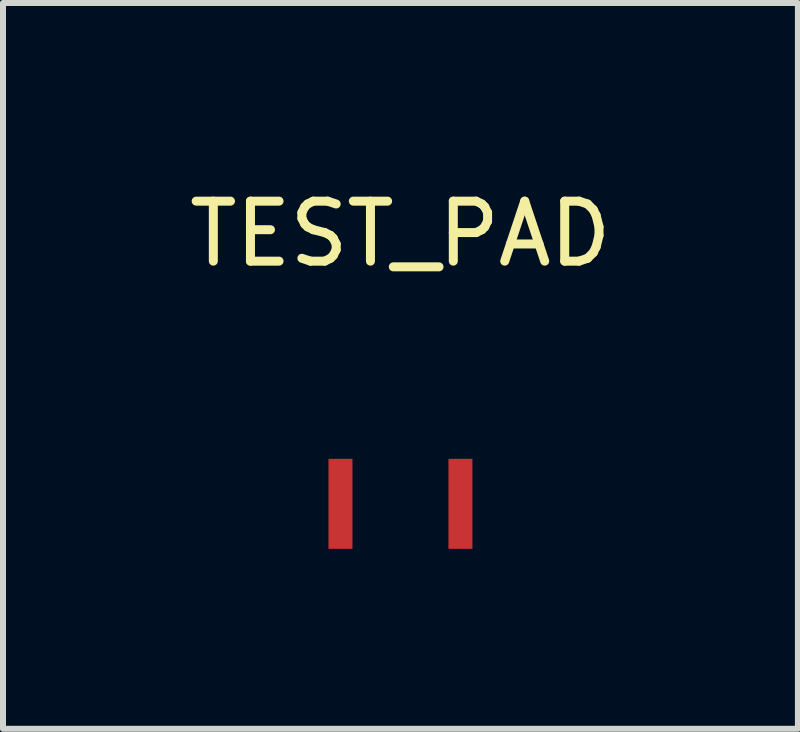
<source format=kicad_pcb>
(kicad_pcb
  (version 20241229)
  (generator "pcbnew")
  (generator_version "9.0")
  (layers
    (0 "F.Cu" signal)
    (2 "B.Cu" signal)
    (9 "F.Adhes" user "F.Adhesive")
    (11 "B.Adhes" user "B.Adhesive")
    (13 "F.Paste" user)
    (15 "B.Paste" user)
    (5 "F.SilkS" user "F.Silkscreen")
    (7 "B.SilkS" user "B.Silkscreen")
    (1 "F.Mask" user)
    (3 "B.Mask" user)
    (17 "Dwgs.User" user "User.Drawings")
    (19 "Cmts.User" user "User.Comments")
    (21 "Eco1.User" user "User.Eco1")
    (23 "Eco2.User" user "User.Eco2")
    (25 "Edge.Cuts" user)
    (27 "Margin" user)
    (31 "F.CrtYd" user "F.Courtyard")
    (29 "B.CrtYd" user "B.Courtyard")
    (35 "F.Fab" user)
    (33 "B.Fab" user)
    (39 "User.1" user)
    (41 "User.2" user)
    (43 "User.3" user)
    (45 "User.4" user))
  (footprint "TEST_PAD"
    (layer "F.Cu")
    (at 3.625 5.348)
    (property "Reference" "TEST_PAD" (at 0 -4.5 0) (layer "F.SilkS") (effects (font (size 1 1) (thickness 0.15))))
    (attr through_hole)
    (pad "1" smd rect (at -1 0) (size 0.4 1.5) (layers "F.Cu" "F.Mask" "F.Paste"))
    (pad "2" smd rect (at 1 0) (size 0.4 1.5) (layers "F.Cu" "F.Mask" "F.Paste")))
  (gr_rect
    (start -3 -3)
    (end 10.25 9.098)
    (stroke (width 0.1) (type default))
    (fill no)
    (layer "Edge.Cuts")))
</source>
